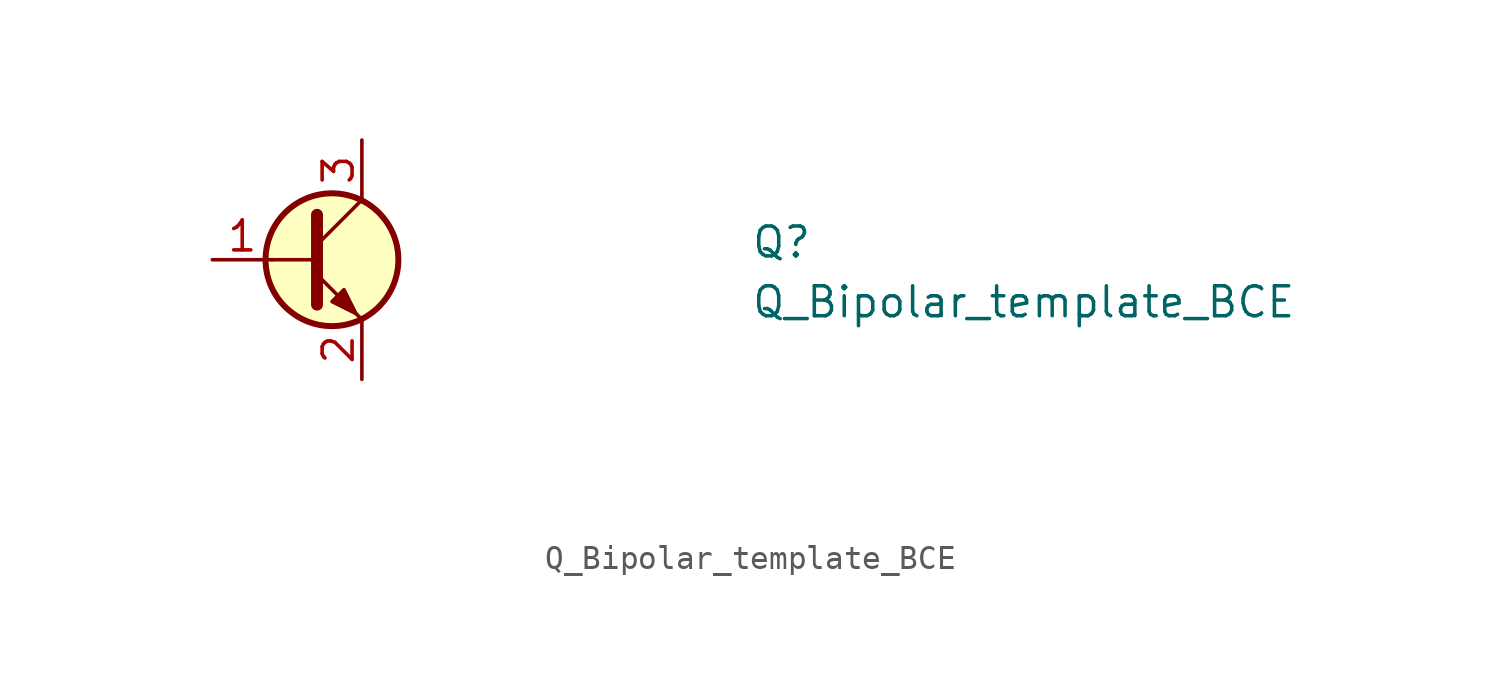
<source format=kicad_sym>
(kicad_symbol_lib
  (version 20220914)
  (generator kicad_symbol_editor)
  (symbol "Q_Bipolar_template_BCE"
    (pin_names
      (offset 0) hide)
    (property "Reference" "Q"
      (at 22.86 0 0)
      (effects (font (size 1.27 1.27) (thickness 0.15)) (justify left bottom)))
    (property "Value" "Q_Bipolar_template_BCE"
      (at 22.86 -2.54 0)
      (effects (font (size 1.27 1.27) (thickness 0.15)) (justify left bottom)))
    (property "MPN" ""
      (at 22.86 -10.16 0)
      (effects (font (size 1.27 1.27) (thickness 0.15)) (justify left bottom)))
    (symbol "Q_Bipolar_template_BCE_0_1"
      (polyline (pts (xy 2.54 0) (xy 4.445 0)) (stroke (width 0) (type default)) (fill (type none)))
      (polyline (pts (xy 4.445 0.635) (xy 6.35 2.54)) (stroke (width 0) (type default)) (fill (type none)))
      (polyline (pts (xy 4.445 -0.635) (xy 6.35 -2.54) (xy 6.35 -2.54)) (stroke (width 0) (type default)) (fill (type none)))
      (polyline (pts (xy 4.445 1.905) (xy 4.445 -1.905) (xy 4.445 -1.905)) (stroke (width 0.508) (type default)) (fill (type none)))
      (polyline (pts (xy 5.08 -1.778) (xy 5.588 -1.27) (xy 6.096 -2.286) (xy 5.08 -1.778) (xy 5.08 -1.778)) (stroke (width 0) (type default)) (fill (type outline)))
      (circle (center 5.08 0) (radius 2.819) (stroke (width 0.254) (type default)) (fill (type background))))
    (symbol "Q_Bipolar_template_BCE_1_1"
      (pin input line (at 0 0 0) (length 2.54) (name "B" (effects (font (size 1.27 1.27)))) (number "1" (effects (font (size 1.27 1.27)))))
      (pin passive line (at 6.35 -5.08 90) (length 2.54) (name "E" (effects (font (size 1.27 1.27)))) (number "2" (effects (font (size 1.27 1.27)))))
      (pin passive line (at 6.35 5.08 270) (length 2.54) (name "C" (effects (font (size 1.27 1.27)))) (number "3" (effects (font (size 1.27 1.27))))))))
</source>
